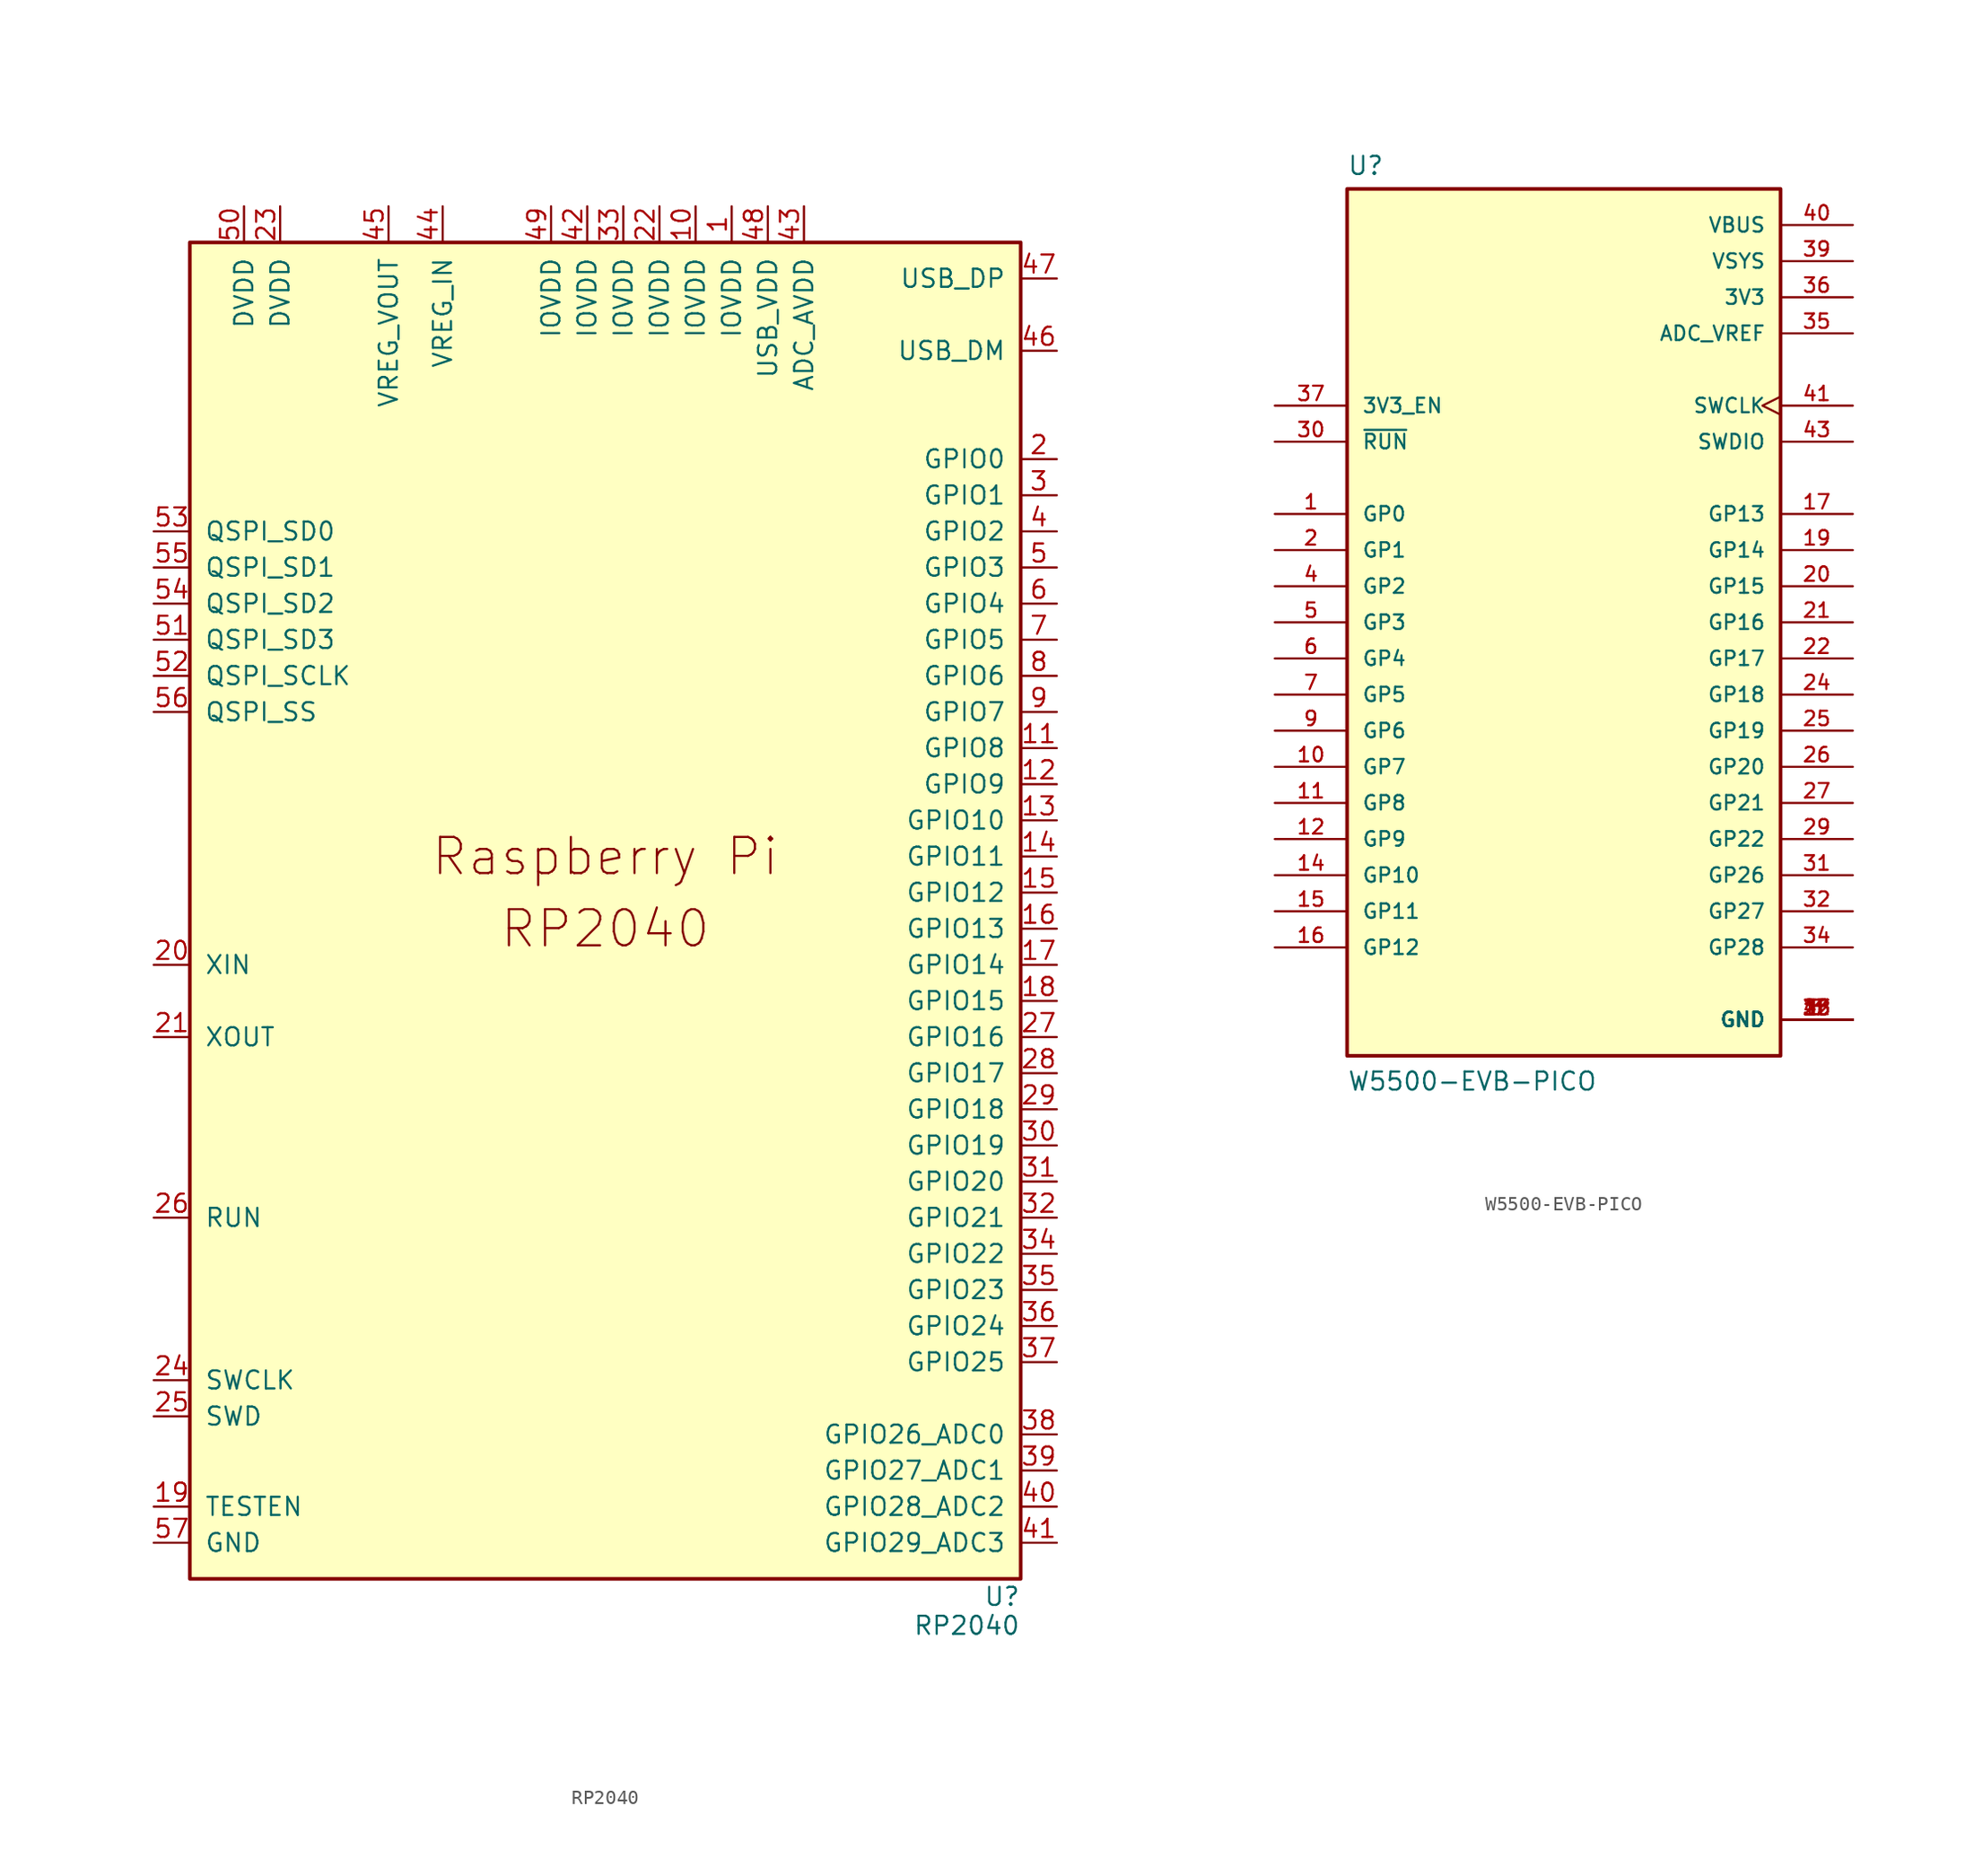
<source format=kicad_sym>
(kicad_symbol_lib
  (version 20241209)
  (generator "kicad_symbol_editor")
  (generator_version "9.0")
  (symbol "RP2040"
    (pin_names
      (offset 1.016))
    (property "Reference" "U"
      (at 29.21 -46.228 0)
      (effects (font (size 1.27 1.27)) (justify right top)))
    (property "Value" "RP2040"
      (at 29.21 -48.26 0)
      (effects (font (size 1.27 1.27)) (justify right top)))
    (symbol "RP2040_0_0"
      (text "Raspberry Pi" (at 0 5.08 0) (effects (font (size 2.54 2.54))))
      (text "RP2040" (at 0 0 0) (effects (font (size 2.54 2.54)))))
    (symbol "RP2040_0_1"
      (rectangle (start -29.21 48.26) (end 29.21 -45.72) (stroke (width 0.254) (type default)) (fill (type background))))
    (symbol "RP2040_1_1"
      (pin bidirectional line (at -31.75 27.94 0) (length 2.54) (name "QSPI_SD0" (effects (font (size 1.27 1.27)))) (number "53" (effects (font (size 1.27 1.27)))))
      (pin bidirectional line (at -31.75 25.4 0) (length 2.54) (name "QSPI_SD1" (effects (font (size 1.27 1.27)))) (number "55" (effects (font (size 1.27 1.27)))))
      (pin bidirectional line (at -31.75 22.86 0) (length 2.54) (name "QSPI_SD2" (effects (font (size 1.27 1.27)))) (number "54" (effects (font (size 1.27 1.27)))))
      (pin bidirectional line (at -31.75 20.32 0) (length 2.54) (name "QSPI_SD3" (effects (font (size 1.27 1.27)))) (number "51" (effects (font (size 1.27 1.27)))))
      (pin output line (at -31.75 17.78 0) (length 2.54) (name "QSPI_SCLK" (effects (font (size 1.27 1.27)))) (number "52" (effects (font (size 1.27 1.27)))))
      (pin bidirectional line (at -31.75 15.24 0) (length 2.54) (name "QSPI_SS" (effects (font (size 1.27 1.27)))) (number "56" (effects (font (size 1.27 1.27)))))
      (pin input line (at -31.75 -2.54 0) (length 2.54) (name "XIN" (effects (font (size 1.27 1.27)))) (number "20" (effects (font (size 1.27 1.27)))))
      (pin passive line (at -31.75 -7.62 0) (length 2.54) (name "XOUT" (effects (font (size 1.27 1.27)))) (number "21" (effects (font (size 1.27 1.27)))))
      (pin input line (at -31.75 -20.32 0) (length 2.54) (name "RUN" (effects (font (size 1.27 1.27)))) (number "26" (effects (font (size 1.27 1.27)))))
      (pin output line (at -31.75 -31.75 0) (length 2.54) (name "SWCLK" (effects (font (size 1.27 1.27)))) (number "24" (effects (font (size 1.27 1.27)))))
      (pin bidirectional line (at -31.75 -34.29 0) (length 2.54) (name "SWD" (effects (font (size 1.27 1.27)))) (number "25" (effects (font (size 1.27 1.27)))))
      (pin passive line (at -31.75 -40.64 0) (length 2.54) (name "TESTEN" (effects (font (size 1.27 1.27)))) (number "19" (effects (font (size 1.27 1.27)))))
      (pin power_in line (at -31.75 -43.18 0) (length 2.54) (name "GND" (effects (font (size 1.27 1.27)))) (number "57" (effects (font (size 1.27 1.27)))))
      (pin power_in line (at -25.4 50.8 270) (length 2.54) (name "DVDD" (effects (font (size 1.27 1.27)))) (number "50" (effects (font (size 1.27 1.27)))))
      (pin power_in line (at -22.86 50.8 270) (length 2.54) (name "DVDD" (effects (font (size 1.27 1.27)))) (number "23" (effects (font (size 1.27 1.27)))))
      (pin power_out line (at -15.24 50.8 270) (length 2.54) (name "VREG_VOUT" (effects (font (size 1.27 1.27)))) (number "45" (effects (font (size 1.27 1.27)))))
      (pin power_in line (at -11.43 50.8 270) (length 2.54) (name "VREG_IN" (effects (font (size 1.27 1.27)))) (number "44" (effects (font (size 1.27 1.27)))))
      (pin power_in line (at -3.81 50.8 270) (length 2.54) (name "IOVDD" (effects (font (size 1.27 1.27)))) (number "49" (effects (font (size 1.27 1.27)))))
      (pin power_in line (at -1.27 50.8 270) (length 2.54) (name "IOVDD" (effects (font (size 1.27 1.27)))) (number "42" (effects (font (size 1.27 1.27)))))
      (pin power_in line (at 1.27 50.8 270) (length 2.54) (name "IOVDD" (effects (font (size 1.27 1.27)))) (number "33" (effects (font (size 1.27 1.27)))))
      (pin power_in line (at 3.81 50.8 270) (length 2.54) (name "IOVDD" (effects (font (size 1.27 1.27)))) (number "22" (effects (font (size 1.27 1.27)))))
      (pin power_in line (at 6.35 50.8 270) (length 2.54) (name "IOVDD" (effects (font (size 1.27 1.27)))) (number "10" (effects (font (size 1.27 1.27)))))
      (pin power_in line (at 8.89 50.8 270) (length 2.54) (name "IOVDD" (effects (font (size 1.27 1.27)))) (number "1" (effects (font (size 1.27 1.27)))))
      (pin power_in line (at 11.43 50.8 270) (length 2.54) (name "USB_VDD" (effects (font (size 1.27 1.27)))) (number "48" (effects (font (size 1.27 1.27)))))
      (pin power_in line (at 13.97 50.8 270) (length 2.54) (name "ADC_AVDD" (effects (font (size 1.27 1.27)))) (number "43" (effects (font (size 1.27 1.27)))))
      (pin bidirectional line (at 31.75 45.72 180) (length 2.54) (name "USB_DP" (effects (font (size 1.27 1.27)))) (number "47" (effects (font (size 1.27 1.27)))))
      (pin bidirectional line (at 31.75 40.64 180) (length 2.54) (name "USB_DM" (effects (font (size 1.27 1.27)))) (number "46" (effects (font (size 1.27 1.27)))))
      (pin bidirectional line (at 31.75 33.02 180) (length 2.54) (name "GPIO0" (effects (font (size 1.27 1.27)))) (number "2" (effects (font (size 1.27 1.27)))))
      (pin bidirectional line (at 31.75 30.48 180) (length 2.54) (name "GPIO1" (effects (font (size 1.27 1.27)))) (number "3" (effects (font (size 1.27 1.27)))))
      (pin bidirectional line (at 31.75 27.94 180) (length 2.54) (name "GPIO2" (effects (font (size 1.27 1.27)))) (number "4" (effects (font (size 1.27 1.27)))))
      (pin bidirectional line (at 31.75 25.4 180) (length 2.54) (name "GPIO3" (effects (font (size 1.27 1.27)))) (number "5" (effects (font (size 1.27 1.27)))))
      (pin bidirectional line (at 31.75 22.86 180) (length 2.54) (name "GPIO4" (effects (font (size 1.27 1.27)))) (number "6" (effects (font (size 1.27 1.27)))))
      (pin bidirectional line (at 31.75 20.32 180) (length 2.54) (name "GPIO5" (effects (font (size 1.27 1.27)))) (number "7" (effects (font (size 1.27 1.27)))))
      (pin bidirectional line (at 31.75 17.78 180) (length 2.54) (name "GPIO6" (effects (font (size 1.27 1.27)))) (number "8" (effects (font (size 1.27 1.27)))))
      (pin bidirectional line (at 31.75 15.24 180) (length 2.54) (name "GPIO7" (effects (font (size 1.27 1.27)))) (number "9" (effects (font (size 1.27 1.27)))))
      (pin bidirectional line (at 31.75 12.7 180) (length 2.54) (name "GPIO8" (effects (font (size 1.27 1.27)))) (number "11" (effects (font (size 1.27 1.27)))))
      (pin bidirectional line (at 31.75 10.16 180) (length 2.54) (name "GPIO9" (effects (font (size 1.27 1.27)))) (number "12" (effects (font (size 1.27 1.27)))))
      (pin bidirectional line (at 31.75 7.62 180) (length 2.54) (name "GPIO10" (effects (font (size 1.27 1.27)))) (number "13" (effects (font (size 1.27 1.27)))))
      (pin bidirectional line (at 31.75 5.08 180) (length 2.54) (name "GPIO11" (effects (font (size 1.27 1.27)))) (number "14" (effects (font (size 1.27 1.27)))))
      (pin bidirectional line (at 31.75 2.54 180) (length 2.54) (name "GPIO12" (effects (font (size 1.27 1.27)))) (number "15" (effects (font (size 1.27 1.27)))))
      (pin bidirectional line (at 31.75 0 180) (length 2.54) (name "GPIO13" (effects (font (size 1.27 1.27)))) (number "16" (effects (font (size 1.27 1.27)))))
      (pin bidirectional line (at 31.75 -2.54 180) (length 2.54) (name "GPIO14" (effects (font (size 1.27 1.27)))) (number "17" (effects (font (size 1.27 1.27)))))
      (pin bidirectional line (at 31.75 -5.08 180) (length 2.54) (name "GPIO15" (effects (font (size 1.27 1.27)))) (number "18" (effects (font (size 1.27 1.27)))))
      (pin bidirectional line (at 31.75 -7.62 180) (length 2.54) (name "GPIO16" (effects (font (size 1.27 1.27)))) (number "27" (effects (font (size 1.27 1.27)))))
      (pin bidirectional line (at 31.75 -10.16 180) (length 2.54) (name "GPIO17" (effects (font (size 1.27 1.27)))) (number "28" (effects (font (size 1.27 1.27)))))
      (pin bidirectional line (at 31.75 -12.7 180) (length 2.54) (name "GPIO18" (effects (font (size 1.27 1.27)))) (number "29" (effects (font (size 1.27 1.27)))))
      (pin bidirectional line (at 31.75 -15.24 180) (length 2.54) (name "GPIO19" (effects (font (size 1.27 1.27)))) (number "30" (effects (font (size 1.27 1.27)))))
      (pin bidirectional line (at 31.75 -17.78 180) (length 2.54) (name "GPIO20" (effects (font (size 1.27 1.27)))) (number "31" (effects (font (size 1.27 1.27)))))
      (pin bidirectional line (at 31.75 -20.32 180) (length 2.54) (name "GPIO21" (effects (font (size 1.27 1.27)))) (number "32" (effects (font (size 1.27 1.27)))))
      (pin bidirectional line (at 31.75 -22.86 180) (length 2.54) (name "GPIO22" (effects (font (size 1.27 1.27)))) (number "34" (effects (font (size 1.27 1.27)))))
      (pin bidirectional line (at 31.75 -25.4 180) (length 2.54) (name "GPIO23" (effects (font (size 1.27 1.27)))) (number "35" (effects (font (size 1.27 1.27)))))
      (pin bidirectional line (at 31.75 -27.94 180) (length 2.54) (name "GPIO24" (effects (font (size 1.27 1.27)))) (number "36" (effects (font (size 1.27 1.27)))))
      (pin bidirectional line (at 31.75 -30.48 180) (length 2.54) (name "GPIO25" (effects (font (size 1.27 1.27)))) (number "37" (effects (font (size 1.27 1.27)))))
      (pin bidirectional line (at 31.75 -35.56 180) (length 2.54) (name "GPIO26_ADC0" (effects (font (size 1.27 1.27)))) (number "38" (effects (font (size 1.27 1.27)))))
      (pin bidirectional line (at 31.75 -38.1 180) (length 2.54) (name "GPIO27_ADC1" (effects (font (size 1.27 1.27)))) (number "39" (effects (font (size 1.27 1.27)))))
      (pin bidirectional line (at 31.75 -40.64 180) (length 2.54) (name "GPIO28_ADC2" (effects (font (size 1.27 1.27)))) (number "40" (effects (font (size 1.27 1.27)))))
      (pin bidirectional line (at 31.75 -43.18 180) (length 2.54) (name "GPIO29_ADC3" (effects (font (size 1.27 1.27)))) (number "41" (effects (font (size 1.27 1.27)))))))
  (symbol "W5500-EVB-PICO"
    (pin_names
      (offset 1.016))
    (property "Reference" "U"
      (at -15.24 31.369 0)
      (effects (font (size 1.27 1.27)) (justify left bottom)))
    (property "Value" "W5500-EVB-PICO"
      (at -15.24 -33.02 0)
      (effects (font (size 1.27 1.27)) (justify left bottom)))
    (symbol "W5500-EVB-PICO_0_0"
      (rectangle (start -15.24 -30.48) (end 15.24 30.48) (stroke (width 0.254) (type default)) (fill (type background)))
      (pin input line (at -20.32 15.24 0) (length 5.08) (name "3V3_EN" (effects (font (size 1.016 1.016)))) (number "37" (effects (font (size 1.016 1.016)))))
      (pin input line (at -20.32 12.7 0) (length 5.08) (name "~{RUN}" (effects (font (size 1.016 1.016)))) (number "30" (effects (font (size 1.016 1.016)))))
      (pin bidirectional line (at -20.32 7.62 0) (length 5.08) (name "GP0" (effects (font (size 1.016 1.016)))) (number "1" (effects (font (size 1.016 1.016)))))
      (pin bidirectional line (at -20.32 5.08 0) (length 5.08) (name "GP1" (effects (font (size 1.016 1.016)))) (number "2" (effects (font (size 1.016 1.016)))))
      (pin bidirectional line (at -20.32 2.54 0) (length 5.08) (name "GP2" (effects (font (size 1.016 1.016)))) (number "4" (effects (font (size 1.016 1.016)))))
      (pin bidirectional line (at -20.32 0 0) (length 5.08) (name "GP3" (effects (font (size 1.016 1.016)))) (number "5" (effects (font (size 1.016 1.016)))))
      (pin bidirectional line (at -20.32 -2.54 0) (length 5.08) (name "GP4" (effects (font (size 1.016 1.016)))) (number "6" (effects (font (size 1.016 1.016)))))
      (pin bidirectional line (at -20.32 -5.08 0) (length 5.08) (name "GP5" (effects (font (size 1.016 1.016)))) (number "7" (effects (font (size 1.016 1.016)))))
      (pin bidirectional line (at -20.32 -7.62 0) (length 5.08) (name "GP6" (effects (font (size 1.016 1.016)))) (number "9" (effects (font (size 1.016 1.016)))))
      (pin bidirectional line (at -20.32 -10.16 0) (length 5.08) (name "GP7" (effects (font (size 1.016 1.016)))) (number "10" (effects (font (size 1.016 1.016)))))
      (pin bidirectional line (at -20.32 -12.7 0) (length 5.08) (name "GP8" (effects (font (size 1.016 1.016)))) (number "11" (effects (font (size 1.016 1.016)))))
      (pin bidirectional line (at -20.32 -15.24 0) (length 5.08) (name "GP9" (effects (font (size 1.016 1.016)))) (number "12" (effects (font (size 1.016 1.016)))))
      (pin bidirectional line (at -20.32 -17.78 0) (length 5.08) (name "GP10" (effects (font (size 1.016 1.016)))) (number "14" (effects (font (size 1.016 1.016)))))
      (pin bidirectional line (at -20.32 -20.32 0) (length 5.08) (name "GP11" (effects (font (size 1.016 1.016)))) (number "15" (effects (font (size 1.016 1.016)))))
      (pin bidirectional line (at -20.32 -22.86 0) (length 5.08) (name "GP12" (effects (font (size 1.016 1.016)))) (number "16" (effects (font (size 1.016 1.016)))))
      (pin power_in line (at 20.32 27.94 180) (length 5.08) (name "VBUS" (effects (font (size 1.016 1.016)))) (number "40" (effects (font (size 1.016 1.016)))))
      (pin power_in line (at 20.32 25.4 180) (length 5.08) (name "VSYS" (effects (font (size 1.016 1.016)))) (number "39" (effects (font (size 1.016 1.016)))))
      (pin power_in line (at 20.32 22.86 180) (length 5.08) (name "3V3" (effects (font (size 1.016 1.016)))) (number "36" (effects (font (size 1.016 1.016)))))
      (pin power_in line (at 20.32 20.32 180) (length 5.08) (name "ADC_VREF" (effects (font (size 1.016 1.016)))) (number "35" (effects (font (size 1.016 1.016)))))
      (pin input clock (at 20.32 15.24 180) (length 5.08) (name "SWCLK" (effects (font (size 1.016 1.016)))) (number "41" (effects (font (size 1.016 1.016)))))
      (pin bidirectional line (at 20.32 12.7 180) (length 5.08) (name "SWDIO" (effects (font (size 1.016 1.016)))) (number "43" (effects (font (size 1.016 1.016)))))
      (pin bidirectional line (at 20.32 7.62 180) (length 5.08) (name "GP13" (effects (font (size 1.016 1.016)))) (number "17" (effects (font (size 1.016 1.016)))))
      (pin bidirectional line (at 20.32 5.08 180) (length 5.08) (name "GP14" (effects (font (size 1.016 1.016)))) (number "19" (effects (font (size 1.016 1.016)))))
      (pin bidirectional line (at 20.32 2.54 180) (length 5.08) (name "GP15" (effects (font (size 1.016 1.016)))) (number "20" (effects (font (size 1.016 1.016)))))
      (pin bidirectional line (at 20.32 0 180) (length 5.08) (name "GP16" (effects (font (size 1.016 1.016)))) (number "21" (effects (font (size 1.016 1.016)))))
      (pin bidirectional line (at 20.32 -2.54 180) (length 5.08) (name "GP17" (effects (font (size 1.016 1.016)))) (number "22" (effects (font (size 1.016 1.016)))))
      (pin bidirectional line (at 20.32 -5.08 180) (length 5.08) (name "GP18" (effects (font (size 1.016 1.016)))) (number "24" (effects (font (size 1.016 1.016)))))
      (pin bidirectional line (at 20.32 -7.62 180) (length 5.08) (name "GP19" (effects (font (size 1.016 1.016)))) (number "25" (effects (font (size 1.016 1.016)))))
      (pin bidirectional line (at 20.32 -10.16 180) (length 5.08) (name "GP20" (effects (font (size 1.016 1.016)))) (number "26" (effects (font (size 1.016 1.016)))))
      (pin bidirectional line (at 20.32 -12.7 180) (length 5.08) (name "GP21" (effects (font (size 1.016 1.016)))) (number "27" (effects (font (size 1.016 1.016)))))
      (pin bidirectional line (at 20.32 -15.24 180) (length 5.08) (name "GP22" (effects (font (size 1.016 1.016)))) (number "29" (effects (font (size 1.016 1.016)))))
      (pin bidirectional line (at 20.32 -17.78 180) (length 5.08) (name "GP26" (effects (font (size 1.016 1.016)))) (number "31" (effects (font (size 1.016 1.016)))))
      (pin bidirectional line (at 20.32 -20.32 180) (length 5.08) (name "GP27" (effects (font (size 1.016 1.016)))) (number "32" (effects (font (size 1.016 1.016)))))
      (pin bidirectional line (at 20.32 -22.86 180) (length 5.08) (name "GP28" (effects (font (size 1.016 1.016)))) (number "34" (effects (font (size 1.016 1.016)))))
      (pin power_in line (at 20.32 -27.94 180) (length 5.08) (name "GND" (effects (font (size 1.016 1.016)))) (number "13" (effects (font (size 1.016 1.016)))))
      (pin power_in line (at 20.32 -27.94 180) (length 5.08) (name "GND" (effects (font (size 1.016 1.016)))) (number "18" (effects (font (size 1.016 1.016)))))
      (pin power_in line (at 20.32 -27.94 180) (length 5.08) (name "GND" (effects (font (size 1.016 1.016)))) (number "23" (effects (font (size 1.016 1.016)))))
      (pin power_in line (at 20.32 -27.94 180) (length 5.08) (name "GND" (effects (font (size 1.016 1.016)))) (number "28" (effects (font (size 1.016 1.016)))))
      (pin power_in line (at 20.32 -27.94 180) (length 5.08) (name "GND" (effects (font (size 1.016 1.016)))) (number "3" (effects (font (size 1.016 1.016)))))
      (pin power_in line (at 20.32 -27.94 180) (length 5.08) (name "GND" (effects (font (size 1.016 1.016)))) (number "33" (effects (font (size 1.016 1.016)))))
      (pin power_in line (at 20.32 -27.94 180) (length 5.08) (name "GND" (effects (font (size 1.016 1.016)))) (number "38" (effects (font (size 1.016 1.016)))))
      (pin power_in line (at 20.32 -27.94 180) (length 5.08) (name "GND" (effects (font (size 1.016 1.016)))) (number "42" (effects (font (size 1.016 1.016)))))
      (pin power_in line (at 20.32 -27.94 180) (length 5.08) (name "GND" (effects (font (size 1.016 1.016)))) (number "8" (effects (font (size 1.016 1.016))))))))
</source>
